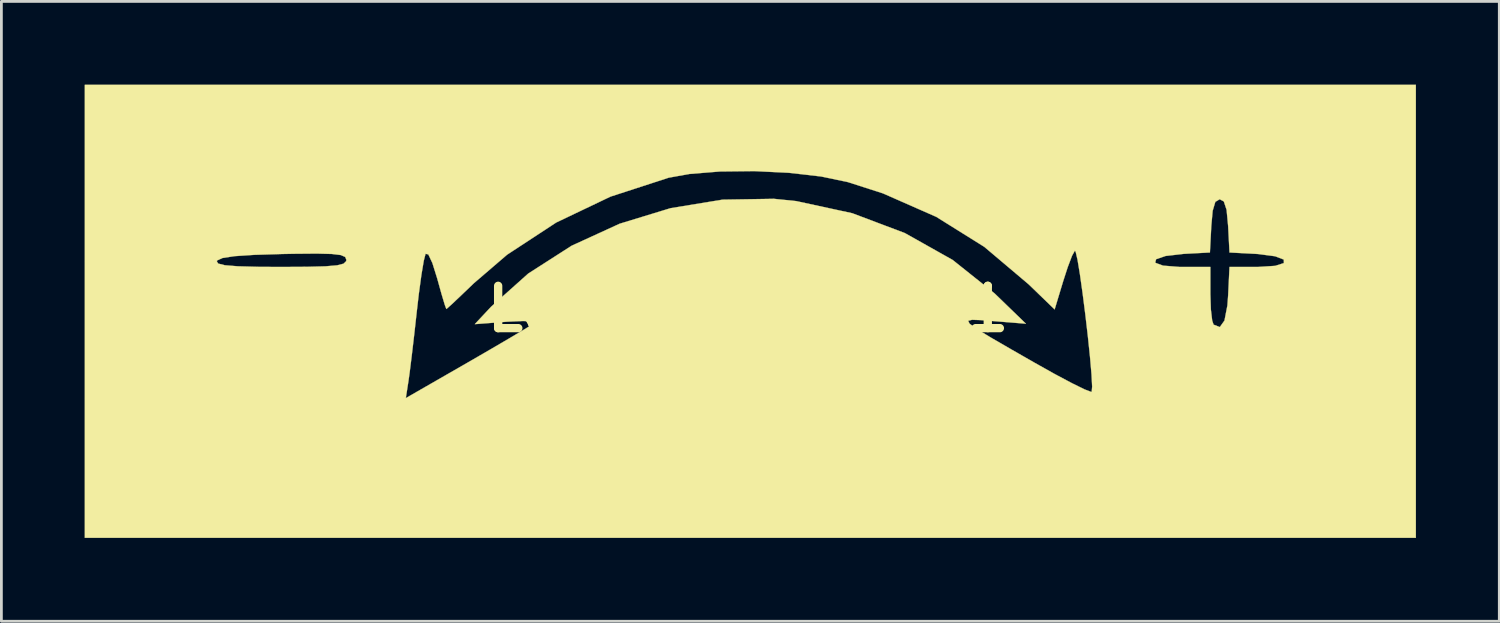
<source format=kicad_pcb>
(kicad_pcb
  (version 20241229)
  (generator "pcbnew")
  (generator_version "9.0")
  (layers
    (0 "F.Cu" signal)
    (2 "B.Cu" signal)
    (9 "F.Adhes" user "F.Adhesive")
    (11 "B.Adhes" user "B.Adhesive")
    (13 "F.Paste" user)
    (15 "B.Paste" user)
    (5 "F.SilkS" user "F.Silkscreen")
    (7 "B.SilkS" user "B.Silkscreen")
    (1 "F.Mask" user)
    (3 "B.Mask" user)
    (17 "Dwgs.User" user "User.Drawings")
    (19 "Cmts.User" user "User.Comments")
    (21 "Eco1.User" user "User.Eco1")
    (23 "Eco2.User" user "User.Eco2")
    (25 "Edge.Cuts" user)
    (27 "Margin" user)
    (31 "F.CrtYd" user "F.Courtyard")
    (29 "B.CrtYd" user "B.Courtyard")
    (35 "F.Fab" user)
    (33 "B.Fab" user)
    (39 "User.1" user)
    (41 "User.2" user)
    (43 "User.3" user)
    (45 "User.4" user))
  (footprint "Logo_DirRot_v01"
    (layer "F.Cu")
    (at 23.891 8.079)
    (property "Reference" "Logo_DirRot_v01" (at 0 0 0) (layer "F.SilkS") (effects (font (size 1.524 1.524) (thickness 0.3))))
    (attr through_hole)
    (fp_poly (pts (xy 24.054 8.242) (xy -23.886 8.242) (xy -23.886 3.21) (xy -12.325 3.21) (xy -10.073 1.916) (xy -9.286 1.46) (xy -8.599 1.058) (xy -8.068 0.742) (xy -7.747 0.544) (xy -7.68 0.497) (xy -7.76 0.447) (xy -8.102 0.433) (xy -8.636 0.456) (xy -8.689 0.459) (xy -9.84 0.546) (xy -9.252 -0.082) (xy -7.917 -1.275) (xy -6.353 -2.278) (xy -4.623 -3.071) (xy -2.79 -3.631) (xy -0.917 -3.938) (xy 0.933 -3.968) (xy 1.737 -3.886) (xy 3.755 -3.449) (xy 5.648 -2.735) (xy 7.372 -1.766) (xy 8.882 -0.56) (xy 8.966 -0.479) (xy 10.009 0.53) (xy 8.84 0.436) (xy 8.381 0.4) (xy 8.07 0.389) (xy 7.93 0.425) (xy 7.98 0.529) (xy 8.242 0.721) (xy 8.737 1.023) (xy 9.484 1.456) (xy 10.312 1.93) (xy 11.042 2.339) (xy 11.663 2.67) (xy 12.121 2.895) (xy 12.36 2.986) (xy 12.379 2.984) (xy 12.395 2.796) (xy 12.372 2.355) (xy 12.318 1.73) (xy 12.241 0.988) (xy 12.149 0.199) (xy 12.051 -0.57) (xy 11.955 -1.248) (xy 11.886 -1.666) (xy 14.666 -1.666) (xy 14.948 -1.562) (xy 15.549 -1.514) (xy 15.63 -1.514) (xy 16.653 -1.514) (xy 16.653 -0.533) (xy 16.671 0.016) (xy 16.719 0.42) (xy 16.769 0.564) (xy 16.993 0.651) (xy 17.161 0.416) (xy 17.266 -0.127) (xy 17.292 -0.476) (xy 17.342 -1.514) (xy 18.357 -1.514) (xy 18.988 -1.554) (xy 19.3 -1.654) (xy 19.297 -1.78) (xy 18.986 -1.899) (xy 18.37 -1.98) (xy 18.288 -1.985) (xy 17.342 -2.035) (xy 17.292 -2.994) (xy 17.237 -3.573) (xy 17.137 -3.874) (xy 16.989 -3.953) (xy 16.832 -3.859) (xy 16.736 -3.538) (xy 16.687 -2.994) (xy 16.637 -2.035) (xy 15.691 -1.985) (xy 15.042 -1.91) (xy 14.698 -1.793) (xy 14.666 -1.666) (xy 11.886 -1.666) (xy 11.869 -1.769) (xy 11.801 -2.062) (xy 11.773 -2.101) (xy 11.671 -1.917) (xy 11.514 -1.503) (xy 11.354 -1.009) (xy 11.044 0.016) (xy 10.106 -0.89) (xy 8.512 -2.237) (xy 6.782 -3.318) (xy 4.861 -4.164) (xy 3.599 -4.57) (xy 2.635 -4.772) (xy 1.473 -4.905) (xy 0.22 -4.966) (xy -1.014 -4.952) (xy -2.12 -4.862) (xy -2.86 -4.728) (xy -4.952 -4.048) (xy -6.909 -3.114) (xy -8.676 -1.956) (xy -9.874 -0.928) (xy -10.326 -0.495) (xy -10.671 -0.169) (xy -10.852 -0.008) (xy -10.865 0) (xy -10.921 -0.149) (xy -11.038 -0.539) (xy -11.191 -1.088) (xy -11.196 -1.106) (xy -11.368 -1.656) (xy -11.514 -1.965) (xy -11.613 -1.989) (xy -11.678 -1.738) (xy -11.763 -1.231) (xy -11.856 -0.547) (xy -11.929 0.084) (xy -12.021 0.912) (xy -12.111 1.681) (xy -12.187 2.291) (xy -12.226 2.572) (xy -12.325 3.21) (xy -23.886 3.21) (xy -23.886 -1.724) (xy -19.134 -1.724) (xy -19.085 -1.637) (xy -18.845 -1.576) (xy -18.375 -1.538) (xy -17.637 -1.518) (xy -16.835 -1.514) (xy -15.885 -1.519) (xy -15.222 -1.537) (xy -14.798 -1.573) (xy -14.565 -1.633) (xy -14.474 -1.722) (xy -14.466 -1.771) (xy -14.508 -1.874) (xy -14.667 -1.943) (xy -14.992 -1.982) (xy -15.533 -1.996) (xy -16.341 -1.989) (xy -16.765 -1.981) (xy -17.783 -1.95) (xy -18.494 -1.903) (xy -18.93 -1.836) (xy -19.122 -1.746) (xy -19.134 -1.724) (xy -23.886 -1.724) (xy -23.886 -8.074) (xy 24.054 -8.074) (xy 24.054 8.242)) (stroke (width 0.01) (type solid)) (fill yes) (layer "F.SilkS")))
  (gr_rect
    (start -3 -3)
    (end 50.95 19.327)
    (stroke (width 0.1) (type default))
    (fill no)
    (layer "Edge.Cuts")))
</source>
